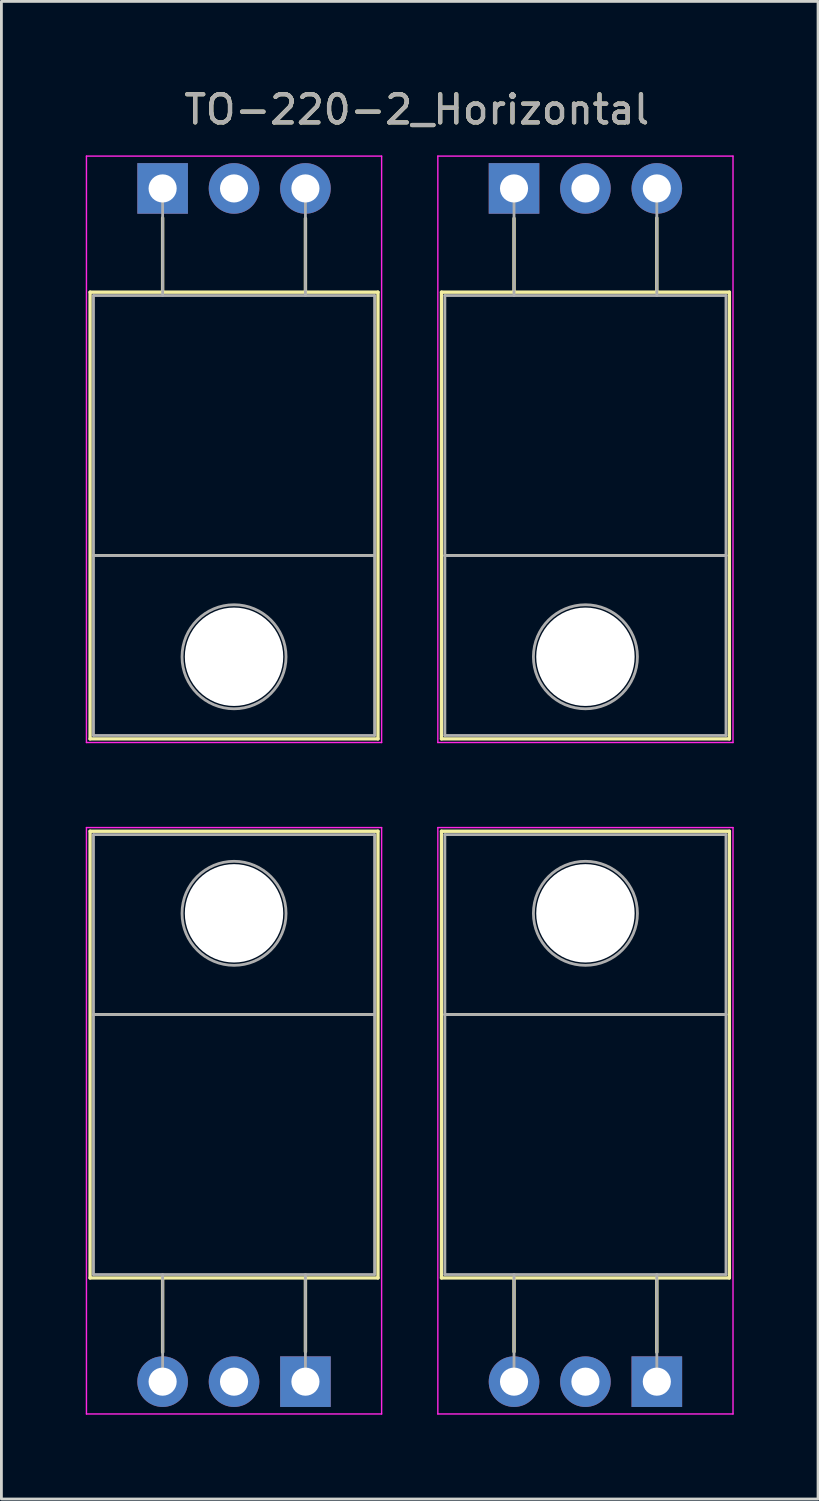
<source format=kicad_pcb>
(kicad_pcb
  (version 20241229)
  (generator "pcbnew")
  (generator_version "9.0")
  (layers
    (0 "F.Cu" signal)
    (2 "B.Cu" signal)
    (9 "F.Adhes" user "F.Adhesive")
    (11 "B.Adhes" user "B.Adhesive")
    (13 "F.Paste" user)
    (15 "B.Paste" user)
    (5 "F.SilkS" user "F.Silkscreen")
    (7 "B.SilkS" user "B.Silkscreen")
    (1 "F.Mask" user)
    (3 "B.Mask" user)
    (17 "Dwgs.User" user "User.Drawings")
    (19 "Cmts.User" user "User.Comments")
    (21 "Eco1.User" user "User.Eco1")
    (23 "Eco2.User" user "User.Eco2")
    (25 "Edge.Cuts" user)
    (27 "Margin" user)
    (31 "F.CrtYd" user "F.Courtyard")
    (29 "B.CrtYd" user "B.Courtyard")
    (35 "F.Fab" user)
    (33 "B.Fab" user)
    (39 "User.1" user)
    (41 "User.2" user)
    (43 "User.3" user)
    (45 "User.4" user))
  (footprint "TO-220-2_Horizontal"
    (layer "F.Cu")
    (at 11.525 24.876)
    (property "Reference" "TO-220-2_Horizontal" (at 0.25 -24.028 0) (layer "F.SilkS") (effects (font (size 1 1) (thickness 0.15))))
    (attr through_hole)
    (fp_line (start -11.37 -17.533) (end -1.13 -17.533) (stroke (width 0.12) (type solid)) (layer "F.SilkS"))
    (fp_line (start -11.37 -1.643) (end -11.37 -17.533) (stroke (width 0.12) (type solid)) (layer "F.SilkS"))
    (fp_line (start -11.37 -1.643) (end -1.13 -1.643) (stroke (width 0.12) (type solid)) (layer "F.SilkS"))
    (fp_line (start -11.37 1.643) (end -11.37 17.533) (stroke (width 0.12) (type solid)) (layer "F.SilkS"))
    (fp_line (start -11.37 1.643) (end -1.13 1.643) (stroke (width 0.12) (type solid)) (layer "F.SilkS"))
    (fp_line (start -11.37 17.533) (end -1.13 17.533) (stroke (width 0.12) (type solid)) (layer "F.SilkS"))
    (fp_line (start -11.25 -8.163) (end -1.25 -8.163) (stroke (width 0.1) (type solid)) (layer "F.SilkS"))
    (fp_line (start -11.25 8.163) (end -1.25 8.163) (stroke (width 0.1) (type solid)) (layer "F.SilkS"))
    (fp_line (start -8.79 -17.533) (end -8.79 -20.173) (stroke (width 0.12) (type solid)) (layer "F.SilkS"))
    (fp_line (start -8.79 17.533) (end -8.79 20.173) (stroke (width 0.12) (type solid)) (layer "F.SilkS"))
    (fp_line (start -3.71 -17.533) (end -3.71 -20.157) (stroke (width 0.12) (type solid)) (layer "F.SilkS"))
    (fp_line (start -3.71 17.533) (end -3.71 20.157) (stroke (width 0.12) (type solid)) (layer "F.SilkS"))
    (fp_line (start -1.13 -1.643) (end -1.13 -17.533) (stroke (width 0.12) (type solid)) (layer "F.SilkS"))
    (fp_line (start -1.13 1.643) (end -1.13 17.533) (stroke (width 0.12) (type solid)) (layer "F.SilkS"))
    (fp_line (start 1.13 -1.643) (end 1.13 -17.533) (stroke (width 0.12) (type solid)) (layer "F.SilkS"))
    (fp_line (start 1.13 1.643) (end 1.13 17.533) (stroke (width 0.12) (type solid)) (layer "F.SilkS"))
    (fp_line (start 1.25 -8.163) (end 11.25 -8.163) (stroke (width 0.1) (type solid)) (layer "F.SilkS"))
    (fp_line (start 1.25 8.163) (end 11.25 8.163) (stroke (width 0.1) (type solid)) (layer "F.SilkS"))
    (fp_line (start 3.71 -17.533) (end 3.71 -20.157) (stroke (width 0.12) (type solid)) (layer "F.SilkS"))
    (fp_line (start 3.71 17.533) (end 3.71 20.157) (stroke (width 0.12) (type solid)) (layer "F.SilkS"))
    (fp_line (start 8.79 -17.533) (end 8.79 -20.173) (stroke (width 0.12) (type solid)) (layer "F.SilkS"))
    (fp_line (start 8.79 17.533) (end 8.79 20.173) (stroke (width 0.12) (type solid)) (layer "F.SilkS"))
    (fp_line (start 11.37 -17.533) (end 1.13 -17.533) (stroke (width 0.12) (type solid)) (layer "F.SilkS"))
    (fp_line (start 11.37 -1.643) (end 1.13 -1.643) (stroke (width 0.12) (type solid)) (layer "F.SilkS"))
    (fp_line (start 11.37 -1.643) (end 11.37 -17.533) (stroke (width 0.12) (type solid)) (layer "F.SilkS"))
    (fp_line (start 11.37 1.643) (end 1.13 1.643) (stroke (width 0.12) (type solid)) (layer "F.SilkS"))
    (fp_line (start 11.37 1.643) (end 11.37 17.533) (stroke (width 0.12) (type solid)) (layer "F.SilkS"))
    (fp_line (start 11.37 17.533) (end 1.13 17.533) (stroke (width 0.12) (type solid)) (layer "F.SilkS"))
    (fp_line (start -11.5 -22.373) (end -1 -22.373) (stroke (width 0.05) (type solid)) (layer "F.CrtYd"))
    (fp_line (start -11.5 -1.513) (end -11.5 -22.373) (stroke (width 0.05) (type solid)) (layer "F.CrtYd"))
    (fp_line (start -11.5 1.513) (end -11.5 22.373) (stroke (width 0.05) (type solid)) (layer "F.CrtYd"))
    (fp_line (start -11.5 22.373) (end -1 22.373) (stroke (width 0.05) (type solid)) (layer "F.CrtYd"))
    (fp_line (start -1 -22.373) (end -1 -1.513) (stroke (width 0.05) (type solid)) (layer "F.CrtYd"))
    (fp_line (start -1 -1.513) (end -11.5 -1.513) (stroke (width 0.05) (type solid)) (layer "F.CrtYd"))
    (fp_line (start -1 1.513) (end -11.5 1.513) (stroke (width 0.05) (type solid)) (layer "F.CrtYd"))
    (fp_line (start -1 22.373) (end -1 1.513) (stroke (width 0.05) (type solid)) (layer "F.CrtYd"))
    (fp_line (start 1 -22.373) (end 1 -1.513) (stroke (width 0.05) (type solid)) (layer "F.CrtYd"))
    (fp_line (start 1 -1.513) (end 11.5 -1.513) (stroke (width 0.05) (type solid)) (layer "F.CrtYd"))
    (fp_line (start 1 1.513) (end 11.5 1.513) (stroke (width 0.05) (type solid)) (layer "F.CrtYd"))
    (fp_line (start 1 22.373) (end 1 1.513) (stroke (width 0.05) (type solid)) (layer "F.CrtYd"))
    (fp_line (start 11.5 -22.373) (end 1 -22.373) (stroke (width 0.05) (type solid)) (layer "F.CrtYd"))
    (fp_line (start 11.5 -1.513) (end 11.5 -22.373) (stroke (width 0.05) (type solid)) (layer "F.CrtYd"))
    (fp_line (start 11.5 1.513) (end 11.5 22.373) (stroke (width 0.05) (type solid)) (layer "F.CrtYd"))
    (fp_line (start 11.5 22.373) (end 1 22.373) (stroke (width 0.05) (type solid)) (layer "F.CrtYd"))
    (fp_line (start -11.25 -17.413) (end -11.25 -8.163) (stroke (width 0.1) (type solid)) (layer "F.Fab"))
    (fp_line (start -11.25 -8.163) (end -11.25 -1.763) (stroke (width 0.1) (type solid)) (layer "F.Fab"))
    (fp_line (start -11.25 -1.763) (end -1.25 -1.763) (stroke (width 0.1) (type solid)) (layer "F.Fab"))
    (fp_line (start -11.25 1.763) (end -1.25 1.763) (stroke (width 0.1) (type solid)) (layer "F.Fab"))
    (fp_line (start -11.25 8.163) (end -11.25 1.763) (stroke (width 0.1) (type solid)) (layer "F.Fab"))
    (fp_line (start -11.25 17.413) (end -11.25 8.163) (stroke (width 0.1) (type solid)) (layer "F.Fab"))
    (fp_line (start -8.79 -17.413) (end -8.79 -21.223) (stroke (width 0.1) (type solid)) (layer "F.Fab"))
    (fp_line (start -8.79 17.413) (end -8.79 21.223) (stroke (width 0.1) (type solid)) (layer "F.Fab"))
    (fp_line (start -3.71 -17.413) (end -3.71 -21.223) (stroke (width 0.1) (type solid)) (layer "F.Fab"))
    (fp_line (start -3.71 17.413) (end -3.71 21.223) (stroke (width 0.1) (type solid)) (layer "F.Fab"))
    (fp_line (start -1.25 -17.413) (end -11.25 -17.413) (stroke (width 0.1) (type solid)) (layer "F.Fab"))
    (fp_line (start -1.25 -8.163) (end -11.25 -8.163) (stroke (width 0.1) (type solid)) (layer "F.Fab"))
    (fp_line (start -1.25 -8.163) (end -1.25 -17.413) (stroke (width 0.1) (type solid)) (layer "F.Fab"))
    (fp_line (start -1.25 -1.763) (end -1.25 -8.163) (stroke (width 0.1) (type solid)) (layer "F.Fab"))
    (fp_line (start -1.25 1.763) (end -1.25 8.163) (stroke (width 0.1) (type solid)) (layer "F.Fab"))
    (fp_line (start -1.25 8.163) (end -11.25 8.163) (stroke (width 0.1) (type solid)) (layer "F.Fab"))
    (fp_line (start -1.25 8.163) (end -1.25 17.413) (stroke (width 0.1) (type solid)) (layer "F.Fab"))
    (fp_line (start -1.25 17.413) (end -11.25 17.413) (stroke (width 0.1) (type solid)) (layer "F.Fab"))
    (fp_line (start 1.25 -17.413) (end 11.25 -17.413) (stroke (width 0.1) (type solid)) (layer "F.Fab"))
    (fp_line (start 1.25 -8.163) (end 1.25 -17.413) (stroke (width 0.1) (type solid)) (layer "F.Fab"))
    (fp_line (start 1.25 -1.763) (end 1.25 -8.163) (stroke (width 0.1) (type solid)) (layer "F.Fab"))
    (fp_line (start 1.25 1.763) (end 1.25 8.163) (stroke (width 0.1) (type solid)) (layer "F.Fab"))
    (fp_line (start 1.25 8.163) (end 1.25 17.413) (stroke (width 0.1) (type solid)) (layer "F.Fab"))
    (fp_line (start 1.25 17.413) (end 11.25 17.413) (stroke (width 0.1) (type solid)) (layer "F.Fab"))
    (fp_line (start 3.71 -17.413) (end 3.71 -21.223) (stroke (width 0.1) (type solid)) (layer "F.Fab"))
    (fp_line (start 3.71 17.413) (end 3.71 21.223) (stroke (width 0.1) (type solid)) (layer "F.Fab"))
    (fp_line (start 8.79 -17.413) (end 8.79 -21.223) (stroke (width 0.1) (type solid)) (layer "F.Fab"))
    (fp_line (start 8.79 17.413) (end 8.79 21.223) (stroke (width 0.1) (type solid)) (layer "F.Fab"))
    (fp_line (start 11.25 -17.413) (end 11.25 -8.163) (stroke (width 0.1) (type solid)) (layer "F.Fab"))
    (fp_line (start 11.25 -8.163) (end 1.25 -8.163) (stroke (width 0.1) (type solid)) (layer "F.Fab"))
    (fp_line (start 11.25 -8.163) (end 11.25 -1.763) (stroke (width 0.1) (type solid)) (layer "F.Fab"))
    (fp_line (start 11.25 -1.763) (end 1.25 -1.763) (stroke (width 0.1) (type solid)) (layer "F.Fab"))
    (fp_line (start 11.25 1.763) (end 1.25 1.763) (stroke (width 0.1) (type solid)) (layer "F.Fab"))
    (fp_line (start 11.25 8.163) (end 1.25 8.163) (stroke (width 0.1) (type solid)) (layer "F.Fab"))
    (fp_line (start 11.25 8.163) (end 11.25 1.763) (stroke (width 0.1) (type solid)) (layer "F.Fab"))
    (fp_line (start 11.25 17.413) (end 11.25 8.163) (stroke (width 0.1) (type solid)) (layer "F.Fab"))
    (fp_circle (center -6.25 -4.563) (end -4.4 -4.563) (stroke (width 0.1) (type solid)) (fill no) (layer "F.Fab"))
    (fp_circle (center -6.25 4.563) (end -4.4 4.563) (stroke (width 0.1) (type solid)) (fill no) (layer "F.Fab"))
    (fp_circle (center 6.25 -4.563) (end 4.4 -4.563) (stroke (width 0.1) (type solid)) (fill no) (layer "F.Fab"))
    (fp_circle (center 6.25 4.563) (end 4.4 4.563) (stroke (width 0.1) (type solid)) (fill no) (layer "F.Fab"))
    (fp_text user "${REFERENCE}" (at 0.25 -24.028 0) (layer "F.Fab") (effects (font (size 1 1) (thickness 0.15))))
    (pad "" np_thru_hole oval (at -6.25 -4.563 180) (size 3.5 3.5) (drill 3.5) (layers "*.Cu" "*.Mask"))
    (pad "" np_thru_hole oval (at -6.25 4.563) (size 3.5 3.5) (drill 3.5) (layers "*.Cu" "*.Mask"))
    (pad "" np_thru_hole oval (at 6.25 -4.563 180) (size 3.5 3.5) (drill 3.5) (layers "*.Cu" "*.Mask"))
    (pad "" np_thru_hole oval (at 6.25 4.563) (size 3.5 3.5) (drill 3.5) (layers "*.Cu" "*.Mask"))
    (pad "D" thru_hole oval (at -6.25 -21.223 180) (size 1.8 1.8) (drill 1) (layers "*.Cu" "*.Mask"))
    (pad "D" thru_hole oval (at -6.25 21.223) (size 1.8 1.8) (drill 1) (layers "*.Cu" "*.Mask"))
    (pad "D" thru_hole oval (at 6.25 -21.223 180) (size 1.8 1.8) (drill 1) (layers "*.Cu" "*.Mask"))
    (pad "D" thru_hole oval (at 6.25 21.223) (size 1.8 1.8) (drill 1) (layers "*.Cu" "*.Mask"))
    (pad "G1a" thru_hole rect (at -8.79 -21.223 180) (size 1.8 1.8) (drill 1) (layers "*.Cu" "*.Mask"))
    (pad "G1b" thru_hole trapezoid (at 3.71 -21.223 180) (size 1.8 1.8) (drill 1) (layers "*.Cu" "*.Mask"))
    (pad "G2a" thru_hole trapezoid (at -3.71 21.223) (size 1.8 1.8) (drill 1) (layers "*.Cu" "*.Mask"))
    (pad "G2b" thru_hole rect (at 8.79 21.223) (size 1.8 1.8) (drill 1) (layers "*.Cu" "*.Mask"))
    (pad "S1" thru_hole oval (at -3.71 -21.223 180) (size 1.8 1.8) (drill 1) (layers "*.Cu" "*.Mask"))
    (pad "S1" thru_hole oval (at 8.79 -21.223 180) (size 1.8 1.8) (drill 1) (layers "*.Cu" "*.Mask"))
    (pad "S2" thru_hole oval (at -8.79 21.223) (size 1.8 1.8) (drill 1) (layers "*.Cu" "*.Mask"))
    (pad "S2" thru_hole oval (at 3.71 21.223) (size 1.8 1.8) (drill 1) (layers "*.Cu" "*.Mask")))
  (gr_rect
    (start -3 -3)
    (end 26.05 50.274)
    (stroke (width 0.1) (type default))
    (fill no)
    (layer "Edge.Cuts")))
</source>
